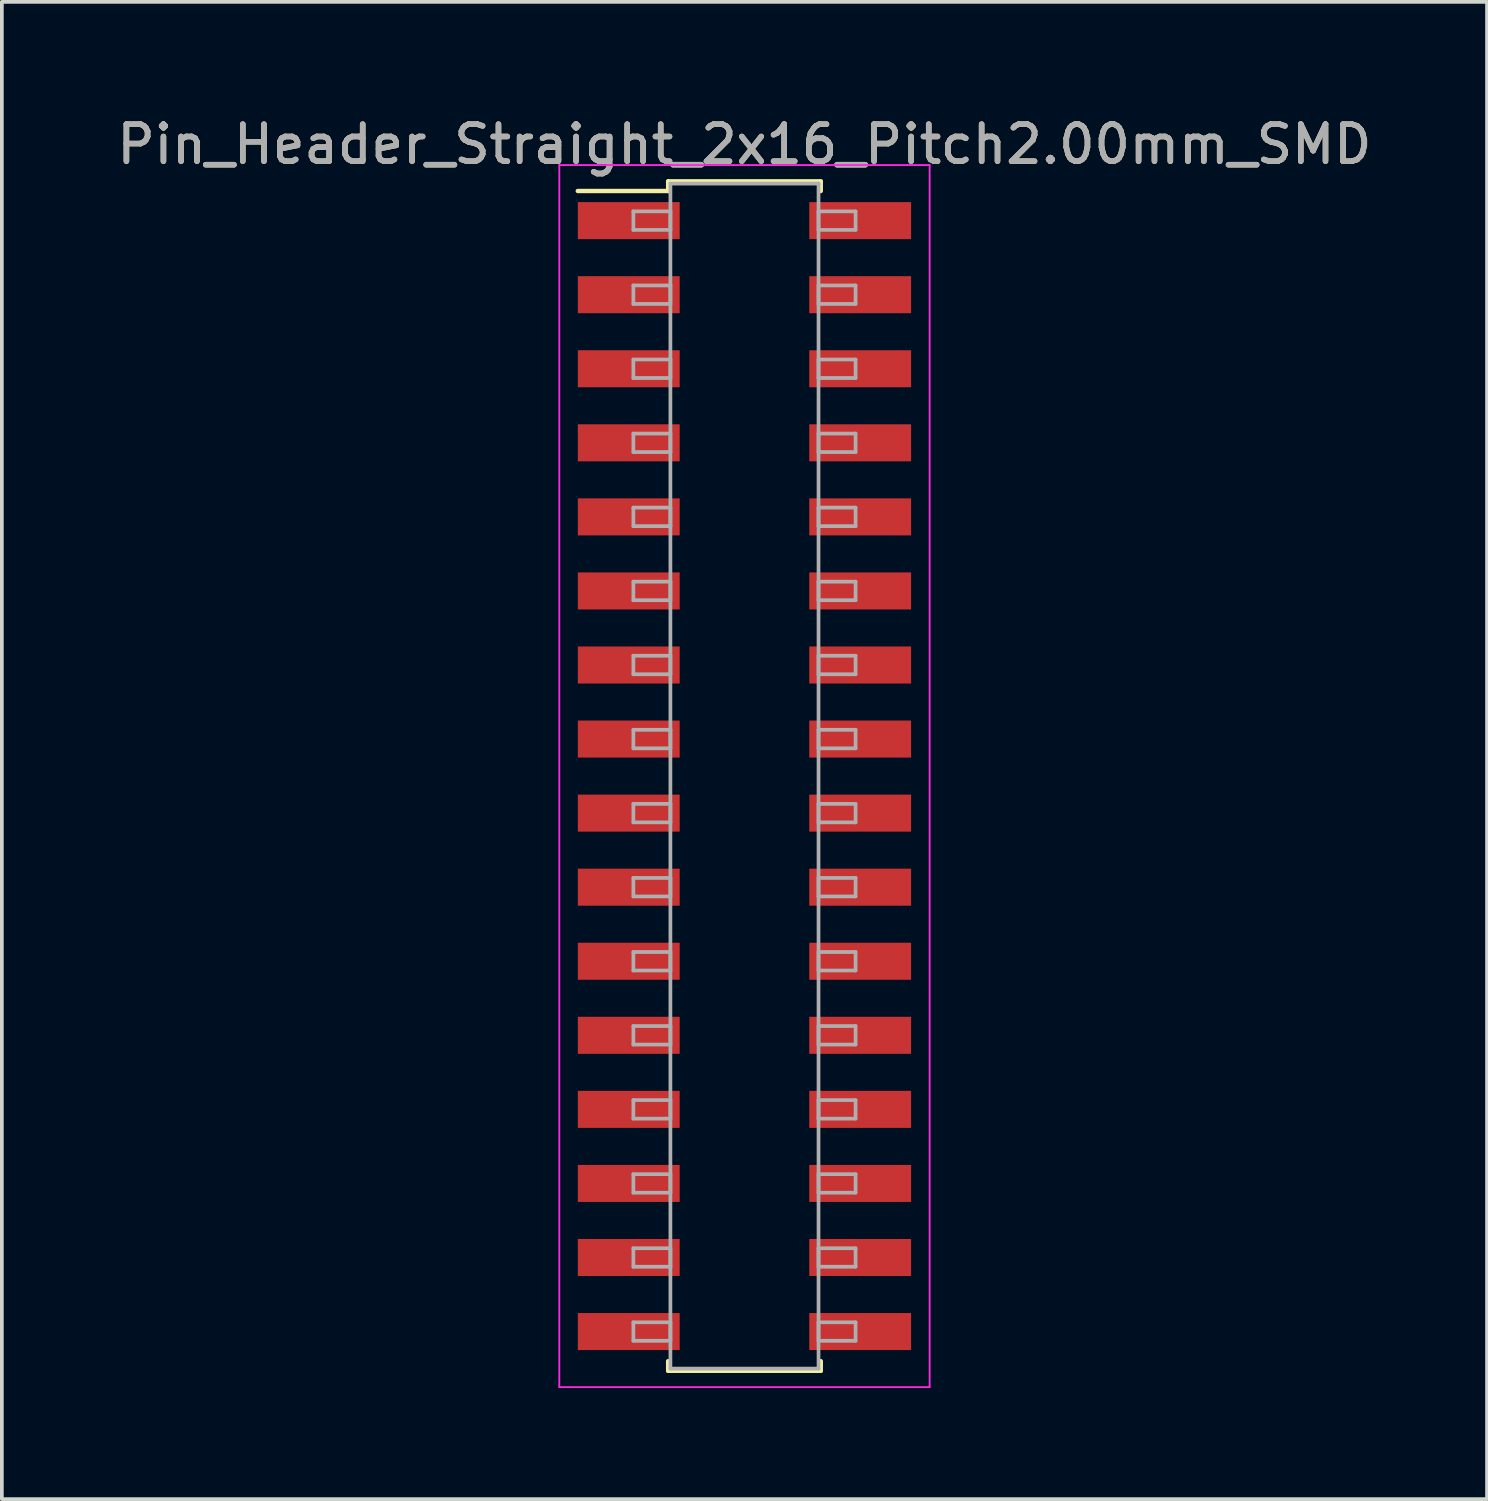
<source format=kicad_pcb>
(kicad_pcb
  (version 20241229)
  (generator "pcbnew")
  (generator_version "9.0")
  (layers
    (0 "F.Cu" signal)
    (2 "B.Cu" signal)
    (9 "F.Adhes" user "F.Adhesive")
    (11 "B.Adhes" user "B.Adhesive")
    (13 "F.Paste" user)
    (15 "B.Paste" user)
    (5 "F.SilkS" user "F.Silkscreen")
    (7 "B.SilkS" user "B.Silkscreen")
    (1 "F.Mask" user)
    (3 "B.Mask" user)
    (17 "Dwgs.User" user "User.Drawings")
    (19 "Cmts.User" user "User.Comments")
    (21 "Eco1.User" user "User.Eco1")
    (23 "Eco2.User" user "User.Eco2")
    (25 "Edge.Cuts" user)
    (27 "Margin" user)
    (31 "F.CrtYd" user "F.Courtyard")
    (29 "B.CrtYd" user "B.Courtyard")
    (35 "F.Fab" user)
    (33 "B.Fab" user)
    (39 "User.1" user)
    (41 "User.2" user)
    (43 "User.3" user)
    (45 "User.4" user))
  (footprint "Pin_Header_Straight_2x16_Pitch2.00mm_SMD"
    (layer "F.Cu")
    (at 17.054 17.908)
    (property "Reference" "Pin_Header_Straight_2x16_Pitch2.00mm_SMD" (at 0 -17.06 0) (layer "F.SilkS") (effects (font (size 1 1) (thickness 0.15))))
    (attr smd)
    (fp_line (start -4.5 -15.8) (end -2.06 -15.8) (stroke (width 0.12) (type solid)) (layer "F.SilkS"))
    (fp_line (start -2.06 -16.06) (end 2.06 -16.06) (stroke (width 0.12) (type solid)) (layer "F.SilkS"))
    (fp_line (start -2.06 -15.8) (end -2.06 -16.06) (stroke (width 0.12) (type solid)) (layer "F.SilkS"))
    (fp_line (start -2.06 15.8) (end -2.06 16.06) (stroke (width 0.12) (type solid)) (layer "F.SilkS"))
    (fp_line (start -2.06 16.06) (end 2.06 16.06) (stroke (width 0.12) (type solid)) (layer "F.SilkS"))
    (fp_line (start 2.06 -16.06) (end 2.06 -15.8) (stroke (width 0.12) (type solid)) (layer "F.SilkS"))
    (fp_line (start 2.06 16.06) (end 2.06 15.8) (stroke (width 0.12) (type solid)) (layer "F.SilkS"))
    (fp_line (start -5 -16.5) (end -5 16.5) (stroke (width 0.05) (type solid)) (layer "F.CrtYd"))
    (fp_line (start -5 16.5) (end 5 16.5) (stroke (width 0.05) (type solid)) (layer "F.CrtYd"))
    (fp_line (start 5 -16.5) (end -5 -16.5) (stroke (width 0.05) (type solid)) (layer "F.CrtYd"))
    (fp_line (start 5 16.5) (end 5 -16.5) (stroke (width 0.05) (type solid)) (layer "F.CrtYd"))
    (fp_line (start -3 -15.25) (end -2 -15.25) (stroke (width 0.1) (type solid)) (layer "F.Fab"))
    (fp_line (start -3 -14.75) (end -3 -15.25) (stroke (width 0.1) (type solid)) (layer "F.Fab"))
    (fp_line (start -3 -13.25) (end -2 -13.25) (stroke (width 0.1) (type solid)) (layer "F.Fab"))
    (fp_line (start -3 -12.75) (end -3 -13.25) (stroke (width 0.1) (type solid)) (layer "F.Fab"))
    (fp_line (start -3 -11.25) (end -2 -11.25) (stroke (width 0.1) (type solid)) (layer "F.Fab"))
    (fp_line (start -3 -10.75) (end -3 -11.25) (stroke (width 0.1) (type solid)) (layer "F.Fab"))
    (fp_line (start -3 -9.25) (end -2 -9.25) (stroke (width 0.1) (type solid)) (layer "F.Fab"))
    (fp_line (start -3 -8.75) (end -3 -9.25) (stroke (width 0.1) (type solid)) (layer "F.Fab"))
    (fp_line (start -3 -7.25) (end -2 -7.25) (stroke (width 0.1) (type solid)) (layer "F.Fab"))
    (fp_line (start -3 -6.75) (end -3 -7.25) (stroke (width 0.1) (type solid)) (layer "F.Fab"))
    (fp_line (start -3 -5.25) (end -2 -5.25) (stroke (width 0.1) (type solid)) (layer "F.Fab"))
    (fp_line (start -3 -4.75) (end -3 -5.25) (stroke (width 0.1) (type solid)) (layer "F.Fab"))
    (fp_line (start -3 -3.25) (end -2 -3.25) (stroke (width 0.1) (type solid)) (layer "F.Fab"))
    (fp_line (start -3 -2.75) (end -3 -3.25) (stroke (width 0.1) (type solid)) (layer "F.Fab"))
    (fp_line (start -3 -1.25) (end -2 -1.25) (stroke (width 0.1) (type solid)) (layer "F.Fab"))
    (fp_line (start -3 -0.75) (end -3 -1.25) (stroke (width 0.1) (type solid)) (layer "F.Fab"))
    (fp_line (start -3 0.75) (end -2 0.75) (stroke (width 0.1) (type solid)) (layer "F.Fab"))
    (fp_line (start -3 1.25) (end -3 0.75) (stroke (width 0.1) (type solid)) (layer "F.Fab"))
    (fp_line (start -3 2.75) (end -2 2.75) (stroke (width 0.1) (type solid)) (layer "F.Fab"))
    (fp_line (start -3 3.25) (end -3 2.75) (stroke (width 0.1) (type solid)) (layer "F.Fab"))
    (fp_line (start -3 4.75) (end -2 4.75) (stroke (width 0.1) (type solid)) (layer "F.Fab"))
    (fp_line (start -3 5.25) (end -3 4.75) (stroke (width 0.1) (type solid)) (layer "F.Fab"))
    (fp_line (start -3 6.75) (end -2 6.75) (stroke (width 0.1) (type solid)) (layer "F.Fab"))
    (fp_line (start -3 7.25) (end -3 6.75) (stroke (width 0.1) (type solid)) (layer "F.Fab"))
    (fp_line (start -3 8.75) (end -2 8.75) (stroke (width 0.1) (type solid)) (layer "F.Fab"))
    (fp_line (start -3 9.25) (end -3 8.75) (stroke (width 0.1) (type solid)) (layer "F.Fab"))
    (fp_line (start -3 10.75) (end -2 10.75) (stroke (width 0.1) (type solid)) (layer "F.Fab"))
    (fp_line (start -3 11.25) (end -3 10.75) (stroke (width 0.1) (type solid)) (layer "F.Fab"))
    (fp_line (start -3 12.75) (end -2 12.75) (stroke (width 0.1) (type solid)) (layer "F.Fab"))
    (fp_line (start -3 13.25) (end -3 12.75) (stroke (width 0.1) (type solid)) (layer "F.Fab"))
    (fp_line (start -3 14.75) (end -2 14.75) (stroke (width 0.1) (type solid)) (layer "F.Fab"))
    (fp_line (start -3 15.25) (end -3 14.75) (stroke (width 0.1) (type solid)) (layer "F.Fab"))
    (fp_line (start -2 -16) (end -2 16) (stroke (width 0.1) (type solid)) (layer "F.Fab"))
    (fp_line (start -2 -15.25) (end -2 -14.75) (stroke (width 0.1) (type solid)) (layer "F.Fab"))
    (fp_line (start -2 -14.75) (end -3 -14.75) (stroke (width 0.1) (type solid)) (layer "F.Fab"))
    (fp_line (start -2 -13.25) (end -2 -12.75) (stroke (width 0.1) (type solid)) (layer "F.Fab"))
    (fp_line (start -2 -12.75) (end -3 -12.75) (stroke (width 0.1) (type solid)) (layer "F.Fab"))
    (fp_line (start -2 -11.25) (end -2 -10.75) (stroke (width 0.1) (type solid)) (layer "F.Fab"))
    (fp_line (start -2 -10.75) (end -3 -10.75) (stroke (width 0.1) (type solid)) (layer "F.Fab"))
    (fp_line (start -2 -9.25) (end -2 -8.75) (stroke (width 0.1) (type solid)) (layer "F.Fab"))
    (fp_line (start -2 -8.75) (end -3 -8.75) (stroke (width 0.1) (type solid)) (layer "F.Fab"))
    (fp_line (start -2 -7.25) (end -2 -6.75) (stroke (width 0.1) (type solid)) (layer "F.Fab"))
    (fp_line (start -2 -6.75) (end -3 -6.75) (stroke (width 0.1) (type solid)) (layer "F.Fab"))
    (fp_line (start -2 -5.25) (end -2 -4.75) (stroke (width 0.1) (type solid)) (layer "F.Fab"))
    (fp_line (start -2 -4.75) (end -3 -4.75) (stroke (width 0.1) (type solid)) (layer "F.Fab"))
    (fp_line (start -2 -3.25) (end -2 -2.75) (stroke (width 0.1) (type solid)) (layer "F.Fab"))
    (fp_line (start -2 -2.75) (end -3 -2.75) (stroke (width 0.1) (type solid)) (layer "F.Fab"))
    (fp_line (start -2 -1.25) (end -2 -0.75) (stroke (width 0.1) (type solid)) (layer "F.Fab"))
    (fp_line (start -2 -0.75) (end -3 -0.75) (stroke (width 0.1) (type solid)) (layer "F.Fab"))
    (fp_line (start -2 0.75) (end -2 1.25) (stroke (width 0.1) (type solid)) (layer "F.Fab"))
    (fp_line (start -2 1.25) (end -3 1.25) (stroke (width 0.1) (type solid)) (layer "F.Fab"))
    (fp_line (start -2 2.75) (end -2 3.25) (stroke (width 0.1) (type solid)) (layer "F.Fab"))
    (fp_line (start -2 3.25) (end -3 3.25) (stroke (width 0.1) (type solid)) (layer "F.Fab"))
    (fp_line (start -2 4.75) (end -2 5.25) (stroke (width 0.1) (type solid)) (layer "F.Fab"))
    (fp_line (start -2 5.25) (end -3 5.25) (stroke (width 0.1) (type solid)) (layer "F.Fab"))
    (fp_line (start -2 6.75) (end -2 7.25) (stroke (width 0.1) (type solid)) (layer "F.Fab"))
    (fp_line (start -2 7.25) (end -3 7.25) (stroke (width 0.1) (type solid)) (layer "F.Fab"))
    (fp_line (start -2 8.75) (end -2 9.25) (stroke (width 0.1) (type solid)) (layer "F.Fab"))
    (fp_line (start -2 9.25) (end -3 9.25) (stroke (width 0.1) (type solid)) (layer "F.Fab"))
    (fp_line (start -2 10.75) (end -2 11.25) (stroke (width 0.1) (type solid)) (layer "F.Fab"))
    (fp_line (start -2 11.25) (end -3 11.25) (stroke (width 0.1) (type solid)) (layer "F.Fab"))
    (fp_line (start -2 12.75) (end -2 13.25) (stroke (width 0.1) (type solid)) (layer "F.Fab"))
    (fp_line (start -2 13.25) (end -3 13.25) (stroke (width 0.1) (type solid)) (layer "F.Fab"))
    (fp_line (start -2 14.75) (end -2 15.25) (stroke (width 0.1) (type solid)) (layer "F.Fab"))
    (fp_line (start -2 15.25) (end -3 15.25) (stroke (width 0.1) (type solid)) (layer "F.Fab"))
    (fp_line (start -2 16) (end 2 16) (stroke (width 0.1) (type solid)) (layer "F.Fab"))
    (fp_line (start 2 -16) (end -2 -16) (stroke (width 0.1) (type solid)) (layer "F.Fab"))
    (fp_line (start 2 -15.25) (end 2 -14.75) (stroke (width 0.1) (type solid)) (layer "F.Fab"))
    (fp_line (start 2 -14.75) (end 3 -14.75) (stroke (width 0.1) (type solid)) (layer "F.Fab"))
    (fp_line (start 2 -13.25) (end 2 -12.75) (stroke (width 0.1) (type solid)) (layer "F.Fab"))
    (fp_line (start 2 -12.75) (end 3 -12.75) (stroke (width 0.1) (type solid)) (layer "F.Fab"))
    (fp_line (start 2 -11.25) (end 2 -10.75) (stroke (width 0.1) (type solid)) (layer "F.Fab"))
    (fp_line (start 2 -10.75) (end 3 -10.75) (stroke (width 0.1) (type solid)) (layer "F.Fab"))
    (fp_line (start 2 -9.25) (end 2 -8.75) (stroke (width 0.1) (type solid)) (layer "F.Fab"))
    (fp_line (start 2 -8.75) (end 3 -8.75) (stroke (width 0.1) (type solid)) (layer "F.Fab"))
    (fp_line (start 2 -7.25) (end 2 -6.75) (stroke (width 0.1) (type solid)) (layer "F.Fab"))
    (fp_line (start 2 -6.75) (end 3 -6.75) (stroke (width 0.1) (type solid)) (layer "F.Fab"))
    (fp_line (start 2 -5.25) (end 2 -4.75) (stroke (width 0.1) (type solid)) (layer "F.Fab"))
    (fp_line (start 2 -4.75) (end 3 -4.75) (stroke (width 0.1) (type solid)) (layer "F.Fab"))
    (fp_line (start 2 -3.25) (end 2 -2.75) (stroke (width 0.1) (type solid)) (layer "F.Fab"))
    (fp_line (start 2 -2.75) (end 3 -2.75) (stroke (width 0.1) (type solid)) (layer "F.Fab"))
    (fp_line (start 2 -1.25) (end 2 -0.75) (stroke (width 0.1) (type solid)) (layer "F.Fab"))
    (fp_line (start 2 -0.75) (end 3 -0.75) (stroke (width 0.1) (type solid)) (layer "F.Fab"))
    (fp_line (start 2 0.75) (end 2 1.25) (stroke (width 0.1) (type solid)) (layer "F.Fab"))
    (fp_line (start 2 1.25) (end 3 1.25) (stroke (width 0.1) (type solid)) (layer "F.Fab"))
    (fp_line (start 2 2.75) (end 2 3.25) (stroke (width 0.1) (type solid)) (layer "F.Fab"))
    (fp_line (start 2 3.25) (end 3 3.25) (stroke (width 0.1) (type solid)) (layer "F.Fab"))
    (fp_line (start 2 4.75) (end 2 5.25) (stroke (width 0.1) (type solid)) (layer "F.Fab"))
    (fp_line (start 2 5.25) (end 3 5.25) (stroke (width 0.1) (type solid)) (layer "F.Fab"))
    (fp_line (start 2 6.75) (end 2 7.25) (stroke (width 0.1) (type solid)) (layer "F.Fab"))
    (fp_line (start 2 7.25) (end 3 7.25) (stroke (width 0.1) (type solid)) (layer "F.Fab"))
    (fp_line (start 2 8.75) (end 2 9.25) (stroke (width 0.1) (type solid)) (layer "F.Fab"))
    (fp_line (start 2 9.25) (end 3 9.25) (stroke (width 0.1) (type solid)) (layer "F.Fab"))
    (fp_line (start 2 10.75) (end 2 11.25) (stroke (width 0.1) (type solid)) (layer "F.Fab"))
    (fp_line (start 2 11.25) (end 3 11.25) (stroke (width 0.1) (type solid)) (layer "F.Fab"))
    (fp_line (start 2 12.75) (end 2 13.25) (stroke (width 0.1) (type solid)) (layer "F.Fab"))
    (fp_line (start 2 13.25) (end 3 13.25) (stroke (width 0.1) (type solid)) (layer "F.Fab"))
    (fp_line (start 2 14.75) (end 2 15.25) (stroke (width 0.1) (type solid)) (layer "F.Fab"))
    (fp_line (start 2 15.25) (end 3 15.25) (stroke (width 0.1) (type solid)) (layer "F.Fab"))
    (fp_line (start 2 16) (end 2 -16) (stroke (width 0.1) (type solid)) (layer "F.Fab"))
    (fp_line (start 3 -15.25) (end 2 -15.25) (stroke (width 0.1) (type solid)) (layer "F.Fab"))
    (fp_line (start 3 -14.75) (end 3 -15.25) (stroke (width 0.1) (type solid)) (layer "F.Fab"))
    (fp_line (start 3 -13.25) (end 2 -13.25) (stroke (width 0.1) (type solid)) (layer "F.Fab"))
    (fp_line (start 3 -12.75) (end 3 -13.25) (stroke (width 0.1) (type solid)) (layer "F.Fab"))
    (fp_line (start 3 -11.25) (end 2 -11.25) (stroke (width 0.1) (type solid)) (layer "F.Fab"))
    (fp_line (start 3 -10.75) (end 3 -11.25) (stroke (width 0.1) (type solid)) (layer "F.Fab"))
    (fp_line (start 3 -9.25) (end 2 -9.25) (stroke (width 0.1) (type solid)) (layer "F.Fab"))
    (fp_line (start 3 -8.75) (end 3 -9.25) (stroke (width 0.1) (type solid)) (layer "F.Fab"))
    (fp_line (start 3 -7.25) (end 2 -7.25) (stroke (width 0.1) (type solid)) (layer "F.Fab"))
    (fp_line (start 3 -6.75) (end 3 -7.25) (stroke (width 0.1) (type solid)) (layer "F.Fab"))
    (fp_line (start 3 -5.25) (end 2 -5.25) (stroke (width 0.1) (type solid)) (layer "F.Fab"))
    (fp_line (start 3 -4.75) (end 3 -5.25) (stroke (width 0.1) (type solid)) (layer "F.Fab"))
    (fp_line (start 3 -3.25) (end 2 -3.25) (stroke (width 0.1) (type solid)) (layer "F.Fab"))
    (fp_line (start 3 -2.75) (end 3 -3.25) (stroke (width 0.1) (type solid)) (layer "F.Fab"))
    (fp_line (start 3 -1.25) (end 2 -1.25) (stroke (width 0.1) (type solid)) (layer "F.Fab"))
    (fp_line (start 3 -0.75) (end 3 -1.25) (stroke (width 0.1) (type solid)) (layer "F.Fab"))
    (fp_line (start 3 0.75) (end 2 0.75) (stroke (width 0.1) (type solid)) (layer "F.Fab"))
    (fp_line (start 3 1.25) (end 3 0.75) (stroke (width 0.1) (type solid)) (layer "F.Fab"))
    (fp_line (start 3 2.75) (end 2 2.75) (stroke (width 0.1) (type solid)) (layer "F.Fab"))
    (fp_line (start 3 3.25) (end 3 2.75) (stroke (width 0.1) (type solid)) (layer "F.Fab"))
    (fp_line (start 3 4.75) (end 2 4.75) (stroke (width 0.1) (type solid)) (layer "F.Fab"))
    (fp_line (start 3 5.25) (end 3 4.75) (stroke (width 0.1) (type solid)) (layer "F.Fab"))
    (fp_line (start 3 6.75) (end 2 6.75) (stroke (width 0.1) (type solid)) (layer "F.Fab"))
    (fp_line (start 3 7.25) (end 3 6.75) (stroke (width 0.1) (type solid)) (layer "F.Fab"))
    (fp_line (start 3 8.75) (end 2 8.75) (stroke (width 0.1) (type solid)) (layer "F.Fab"))
    (fp_line (start 3 9.25) (end 3 8.75) (stroke (width 0.1) (type solid)) (layer "F.Fab"))
    (fp_line (start 3 10.75) (end 2 10.75) (stroke (width 0.1) (type solid)) (layer "F.Fab"))
    (fp_line (start 3 11.25) (end 3 10.75) (stroke (width 0.1) (type solid)) (layer "F.Fab"))
    (fp_line (start 3 12.75) (end 2 12.75) (stroke (width 0.1) (type solid)) (layer "F.Fab"))
    (fp_line (start 3 13.25) (end 3 12.75) (stroke (width 0.1) (type solid)) (layer "F.Fab"))
    (fp_line (start 3 14.75) (end 2 14.75) (stroke (width 0.1) (type solid)) (layer "F.Fab"))
    (fp_line (start 3 15.25) (end 3 14.75) (stroke (width 0.1) (type solid)) (layer "F.Fab"))
    (fp_text user "${REFERENCE}" (at 0 -17.06 0) (layer "F.Fab") (effects (font (size 1 1) (thickness 0.15))))
    (pad "1" smd rect (at -3.125 -15) (size 2.75 1) (layers "F.Cu" "F.Mask" "F.Paste"))
    (pad "2" smd rect (at 3.125 -15) (size 2.75 1) (layers "F.Cu" "F.Mask" "F.Paste"))
    (pad "3" smd rect (at -3.125 -13) (size 2.75 1) (layers "F.Cu" "F.Mask" "F.Paste"))
    (pad "4" smd rect (at 3.125 -13) (size 2.75 1) (layers "F.Cu" "F.Mask" "F.Paste"))
    (pad "5" smd rect (at -3.125 -11) (size 2.75 1) (layers "F.Cu" "F.Mask" "F.Paste"))
    (pad "6" smd rect (at 3.125 -11) (size 2.75 1) (layers "F.Cu" "F.Mask" "F.Paste"))
    (pad "7" smd rect (at -3.125 -9) (size 2.75 1) (layers "F.Cu" "F.Mask" "F.Paste"))
    (pad "8" smd rect (at 3.125 -9) (size 2.75 1) (layers "F.Cu" "F.Mask" "F.Paste"))
    (pad "9" smd rect (at -3.125 -7) (size 2.75 1) (layers "F.Cu" "F.Mask" "F.Paste"))
    (pad "10" smd rect (at 3.125 -7) (size 2.75 1) (layers "F.Cu" "F.Mask" "F.Paste"))
    (pad "11" smd rect (at -3.125 -5) (size 2.75 1) (layers "F.Cu" "F.Mask" "F.Paste"))
    (pad "12" smd rect (at 3.125 -5) (size 2.75 1) (layers "F.Cu" "F.Mask" "F.Paste"))
    (pad "13" smd rect (at -3.125 -3) (size 2.75 1) (layers "F.Cu" "F.Mask" "F.Paste"))
    (pad "14" smd rect (at 3.125 -3) (size 2.75 1) (layers "F.Cu" "F.Mask" "F.Paste"))
    (pad "15" smd rect (at -3.125 -1) (size 2.75 1) (layers "F.Cu" "F.Mask" "F.Paste"))
    (pad "16" smd rect (at 3.125 -1) (size 2.75 1) (layers "F.Cu" "F.Mask" "F.Paste"))
    (pad "17" smd rect (at -3.125 1) (size 2.75 1) (layers "F.Cu" "F.Mask" "F.Paste"))
    (pad "18" smd rect (at 3.125 1) (size 2.75 1) (layers "F.Cu" "F.Mask" "F.Paste"))
    (pad "19" smd rect (at -3.125 3) (size 2.75 1) (layers "F.Cu" "F.Mask" "F.Paste"))
    (pad "20" smd rect (at 3.125 3) (size 2.75 1) (layers "F.Cu" "F.Mask" "F.Paste"))
    (pad "21" smd rect (at -3.125 5) (size 2.75 1) (layers "F.Cu" "F.Mask" "F.Paste"))
    (pad "22" smd rect (at 3.125 5) (size 2.75 1) (layers "F.Cu" "F.Mask" "F.Paste"))
    (pad "23" smd rect (at -3.125 7) (size 2.75 1) (layers "F.Cu" "F.Mask" "F.Paste"))
    (pad "24" smd rect (at 3.125 7) (size 2.75 1) (layers "F.Cu" "F.Mask" "F.Paste"))
    (pad "25" smd rect (at -3.125 9) (size 2.75 1) (layers "F.Cu" "F.Mask" "F.Paste"))
    (pad "26" smd rect (at 3.125 9) (size 2.75 1) (layers "F.Cu" "F.Mask" "F.Paste"))
    (pad "27" smd rect (at -3.125 11) (size 2.75 1) (layers "F.Cu" "F.Mask" "F.Paste"))
    (pad "28" smd rect (at 3.125 11) (size 2.75 1) (layers "F.Cu" "F.Mask" "F.Paste"))
    (pad "29" smd rect (at -3.125 13) (size 2.75 1) (layers "F.Cu" "F.Mask" "F.Paste"))
    (pad "30" smd rect (at 3.125 13) (size 2.75 1) (layers "F.Cu" "F.Mask" "F.Paste"))
    (pad "31" smd rect (at -3.125 15) (size 2.75 1) (layers "F.Cu" "F.Mask" "F.Paste"))
    (pad "32" smd rect (at 3.125 15) (size 2.75 1) (layers "F.Cu" "F.Mask" "F.Paste")))
  (gr_rect
    (start -3 -3)
    (end 37.107 37.433)
    (stroke (width 0.1) (type default))
    (fill no)
    (layer "Edge.Cuts")))
</source>
